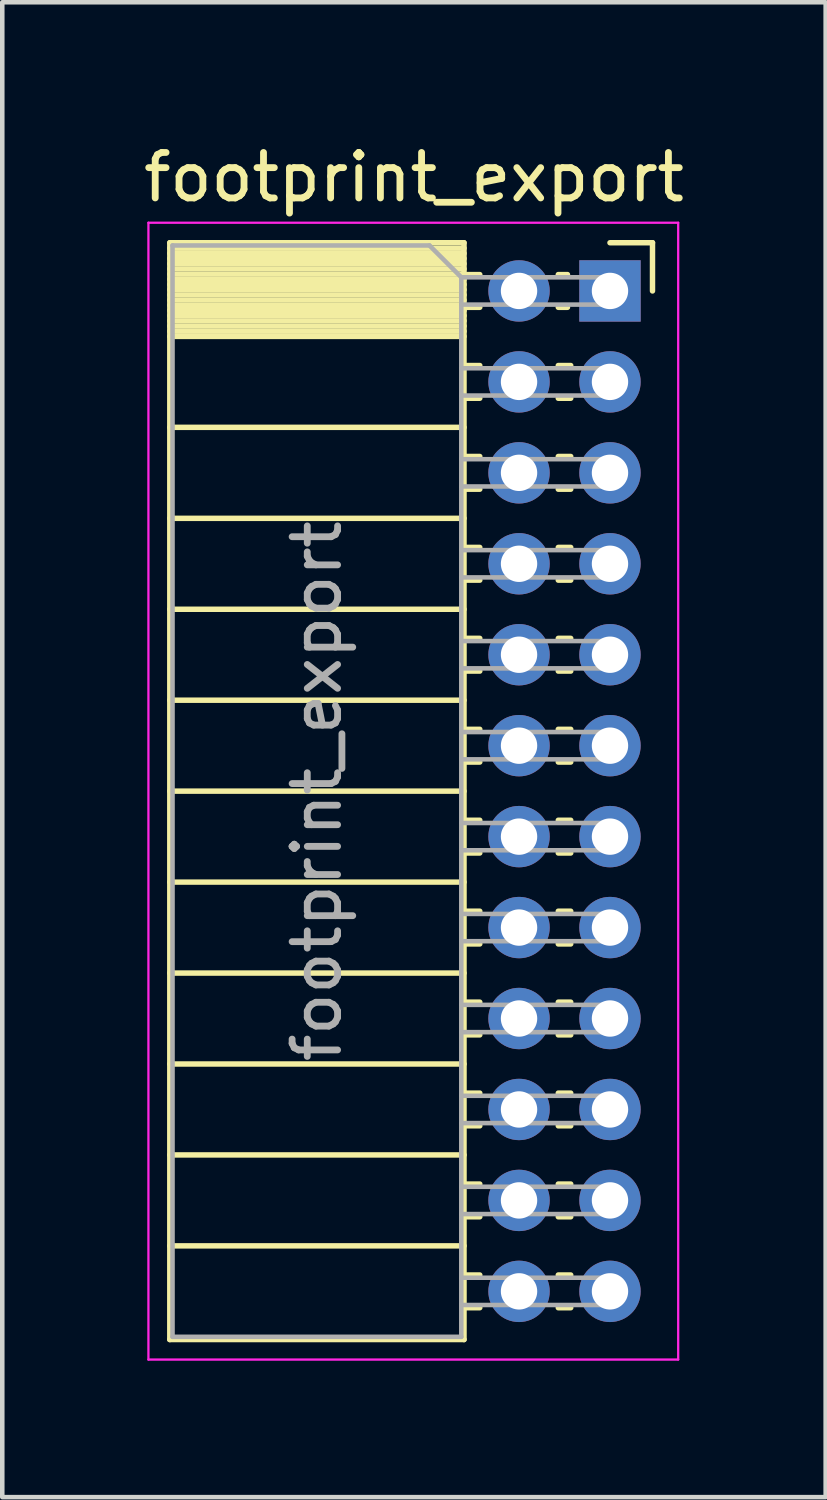
<source format=kicad_pcb>
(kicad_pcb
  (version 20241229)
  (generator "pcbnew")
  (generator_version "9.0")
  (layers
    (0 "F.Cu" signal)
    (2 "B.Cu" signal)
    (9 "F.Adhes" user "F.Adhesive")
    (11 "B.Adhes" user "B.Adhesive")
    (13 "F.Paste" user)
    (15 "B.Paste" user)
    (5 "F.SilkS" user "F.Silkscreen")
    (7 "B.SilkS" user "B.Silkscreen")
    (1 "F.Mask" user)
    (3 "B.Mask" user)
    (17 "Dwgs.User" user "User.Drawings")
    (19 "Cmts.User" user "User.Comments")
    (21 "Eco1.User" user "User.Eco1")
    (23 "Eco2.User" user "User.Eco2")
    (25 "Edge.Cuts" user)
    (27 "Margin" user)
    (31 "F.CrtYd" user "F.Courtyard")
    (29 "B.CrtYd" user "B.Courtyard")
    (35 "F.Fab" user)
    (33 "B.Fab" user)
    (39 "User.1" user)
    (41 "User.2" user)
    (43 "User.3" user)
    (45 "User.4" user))
  (footprint "footprint_export"
    (layer "F.Cu")
    (at 10.364 3.348)
    (property "Reference" "footprint_export" (at -4.31 -2.5 0) (layer "F.SilkS") (effects (font (size 1 1) (thickness 0.15))))
    (attr through_hole)
    (fp_line (start -9.68 -1.06) (end -9.68 23.06) (stroke (width 0.12) (type solid)) (layer "F.SilkS"))
    (fp_line (start -9.68 -1.06) (end -3.21 -1.06) (stroke (width 0.12) (type solid)) (layer "F.SilkS"))
    (fp_line (start -9.68 -0.94) (end -3.21 -0.94) (stroke (width 0.12) (type solid)) (layer "F.SilkS"))
    (fp_line (start -9.68 -0.826) (end -3.21 -0.826) (stroke (width 0.12) (type solid)) (layer "F.SilkS"))
    (fp_line (start -9.68 -0.712) (end -3.21 -0.712) (stroke (width 0.12) (type solid)) (layer "F.SilkS"))
    (fp_line (start -9.68 -0.598) (end -3.21 -0.598) (stroke (width 0.12) (type solid)) (layer "F.SilkS"))
    (fp_line (start -9.68 -0.484) (end -3.21 -0.484) (stroke (width 0.12) (type solid)) (layer "F.SilkS"))
    (fp_line (start -9.68 -0.369) (end -3.21 -0.369) (stroke (width 0.12) (type solid)) (layer "F.SilkS"))
    (fp_line (start -9.68 -0.255) (end -3.21 -0.255) (stroke (width 0.12) (type solid)) (layer "F.SilkS"))
    (fp_line (start -9.68 -0.141) (end -3.21 -0.141) (stroke (width 0.12) (type solid)) (layer "F.SilkS"))
    (fp_line (start -9.68 -0.027) (end -3.21 -0.027) (stroke (width 0.12) (type solid)) (layer "F.SilkS"))
    (fp_line (start -9.68 0.087) (end -3.21 0.087) (stroke (width 0.12) (type solid)) (layer "F.SilkS"))
    (fp_line (start -9.68 0.201) (end -3.21 0.201) (stroke (width 0.12) (type solid)) (layer "F.SilkS"))
    (fp_line (start -9.68 0.315) (end -3.21 0.315) (stroke (width 0.12) (type solid)) (layer "F.SilkS"))
    (fp_line (start -9.68 0.429) (end -3.21 0.429) (stroke (width 0.12) (type solid)) (layer "F.SilkS"))
    (fp_line (start -9.68 0.544) (end -3.21 0.544) (stroke (width 0.12) (type solid)) (layer "F.SilkS"))
    (fp_line (start -9.68 0.658) (end -3.21 0.658) (stroke (width 0.12) (type solid)) (layer "F.SilkS"))
    (fp_line (start -9.68 0.772) (end -3.21 0.772) (stroke (width 0.12) (type solid)) (layer "F.SilkS"))
    (fp_line (start -9.68 0.886) (end -3.21 0.886) (stroke (width 0.12) (type solid)) (layer "F.SilkS"))
    (fp_line (start -9.68 1) (end -3.21 1) (stroke (width 0.12) (type solid)) (layer "F.SilkS"))
    (fp_line (start -9.68 3) (end -3.21 3) (stroke (width 0.12) (type solid)) (layer "F.SilkS"))
    (fp_line (start -9.68 5) (end -3.21 5) (stroke (width 0.12) (type solid)) (layer "F.SilkS"))
    (fp_line (start -9.68 7) (end -3.21 7) (stroke (width 0.12) (type solid)) (layer "F.SilkS"))
    (fp_line (start -9.68 9) (end -3.21 9) (stroke (width 0.12) (type solid)) (layer "F.SilkS"))
    (fp_line (start -9.68 11) (end -3.21 11) (stroke (width 0.12) (type solid)) (layer "F.SilkS"))
    (fp_line (start -9.68 13) (end -3.21 13) (stroke (width 0.12) (type solid)) (layer "F.SilkS"))
    (fp_line (start -9.68 15) (end -3.21 15) (stroke (width 0.12) (type solid)) (layer "F.SilkS"))
    (fp_line (start -9.68 17) (end -3.21 17) (stroke (width 0.12) (type solid)) (layer "F.SilkS"))
    (fp_line (start -9.68 19) (end -3.21 19) (stroke (width 0.12) (type solid)) (layer "F.SilkS"))
    (fp_line (start -9.68 21) (end -3.21 21) (stroke (width 0.12) (type solid)) (layer "F.SilkS"))
    (fp_line (start -9.68 23.06) (end -3.21 23.06) (stroke (width 0.12) (type solid)) (layer "F.SilkS"))
    (fp_line (start -3.21 -1.06) (end -3.21 23.06) (stroke (width 0.12) (type solid)) (layer "F.SilkS"))
    (fp_line (start -3.21 -0.36) (end -2.863 -0.36) (stroke (width 0.12) (type solid)) (layer "F.SilkS"))
    (fp_line (start -3.21 0.36) (end -2.863 0.36) (stroke (width 0.12) (type solid)) (layer "F.SilkS"))
    (fp_line (start -3.21 1.64) (end -2.863 1.64) (stroke (width 0.12) (type solid)) (layer "F.SilkS"))
    (fp_line (start -3.21 2.36) (end -2.863 2.36) (stroke (width 0.12) (type solid)) (layer "F.SilkS"))
    (fp_line (start -3.21 3.64) (end -2.863 3.64) (stroke (width 0.12) (type solid)) (layer "F.SilkS"))
    (fp_line (start -3.21 4.36) (end -2.863 4.36) (stroke (width 0.12) (type solid)) (layer "F.SilkS"))
    (fp_line (start -3.21 5.64) (end -2.863 5.64) (stroke (width 0.12) (type solid)) (layer "F.SilkS"))
    (fp_line (start -3.21 6.36) (end -2.863 6.36) (stroke (width 0.12) (type solid)) (layer "F.SilkS"))
    (fp_line (start -3.21 7.64) (end -2.863 7.64) (stroke (width 0.12) (type solid)) (layer "F.SilkS"))
    (fp_line (start -3.21 8.36) (end -2.863 8.36) (stroke (width 0.12) (type solid)) (layer "F.SilkS"))
    (fp_line (start -3.21 9.64) (end -2.863 9.64) (stroke (width 0.12) (type solid)) (layer "F.SilkS"))
    (fp_line (start -3.21 10.36) (end -2.863 10.36) (stroke (width 0.12) (type solid)) (layer "F.SilkS"))
    (fp_line (start -3.21 11.64) (end -2.863 11.64) (stroke (width 0.12) (type solid)) (layer "F.SilkS"))
    (fp_line (start -3.21 12.36) (end -2.863 12.36) (stroke (width 0.12) (type solid)) (layer "F.SilkS"))
    (fp_line (start -3.21 13.64) (end -2.863 13.64) (stroke (width 0.12) (type solid)) (layer "F.SilkS"))
    (fp_line (start -3.21 14.36) (end -2.863 14.36) (stroke (width 0.12) (type solid)) (layer "F.SilkS"))
    (fp_line (start -3.21 15.64) (end -2.863 15.64) (stroke (width 0.12) (type solid)) (layer "F.SilkS"))
    (fp_line (start -3.21 16.36) (end -2.863 16.36) (stroke (width 0.12) (type solid)) (layer "F.SilkS"))
    (fp_line (start -3.21 17.64) (end -2.863 17.64) (stroke (width 0.12) (type solid)) (layer "F.SilkS"))
    (fp_line (start -3.21 18.36) (end -2.863 18.36) (stroke (width 0.12) (type solid)) (layer "F.SilkS"))
    (fp_line (start -3.21 19.64) (end -2.863 19.64) (stroke (width 0.12) (type solid)) (layer "F.SilkS"))
    (fp_line (start -3.21 20.36) (end -2.863 20.36) (stroke (width 0.12) (type solid)) (layer "F.SilkS"))
    (fp_line (start -3.21 21.64) (end -2.863 21.64) (stroke (width 0.12) (type solid)) (layer "F.SilkS"))
    (fp_line (start -3.21 22.36) (end -2.863 22.36) (stroke (width 0.12) (type solid)) (layer "F.SilkS"))
    (fp_line (start -1.137 -0.36) (end -0.935 -0.36) (stroke (width 0.12) (type solid)) (layer "F.SilkS"))
    (fp_line (start -1.137 0.36) (end -0.935 0.36) (stroke (width 0.12) (type solid)) (layer "F.SilkS"))
    (fp_line (start -1.137 1.64) (end -0.863 1.64) (stroke (width 0.12) (type solid)) (layer "F.SilkS"))
    (fp_line (start -1.137 2.36) (end -0.863 2.36) (stroke (width 0.12) (type solid)) (layer "F.SilkS"))
    (fp_line (start -1.137 3.64) (end -0.863 3.64) (stroke (width 0.12) (type solid)) (layer "F.SilkS"))
    (fp_line (start -1.137 4.36) (end -0.863 4.36) (stroke (width 0.12) (type solid)) (layer "F.SilkS"))
    (fp_line (start -1.137 5.64) (end -0.863 5.64) (stroke (width 0.12) (type solid)) (layer "F.SilkS"))
    (fp_line (start -1.137 6.36) (end -0.863 6.36) (stroke (width 0.12) (type solid)) (layer "F.SilkS"))
    (fp_line (start -1.137 7.64) (end -0.863 7.64) (stroke (width 0.12) (type solid)) (layer "F.SilkS"))
    (fp_line (start -1.137 8.36) (end -0.863 8.36) (stroke (width 0.12) (type solid)) (layer "F.SilkS"))
    (fp_line (start -1.137 9.64) (end -0.863 9.64) (stroke (width 0.12) (type solid)) (layer "F.SilkS"))
    (fp_line (start -1.137 10.36) (end -0.863 10.36) (stroke (width 0.12) (type solid)) (layer "F.SilkS"))
    (fp_line (start -1.137 11.64) (end -0.863 11.64) (stroke (width 0.12) (type solid)) (layer "F.SilkS"))
    (fp_line (start -1.137 12.36) (end -0.863 12.36) (stroke (width 0.12) (type solid)) (layer "F.SilkS"))
    (fp_line (start -1.137 13.64) (end -0.863 13.64) (stroke (width 0.12) (type solid)) (layer "F.SilkS"))
    (fp_line (start -1.137 14.36) (end -0.863 14.36) (stroke (width 0.12) (type solid)) (layer "F.SilkS"))
    (fp_line (start -1.137 15.64) (end -0.863 15.64) (stroke (width 0.12) (type solid)) (layer "F.SilkS"))
    (fp_line (start -1.137 16.36) (end -0.863 16.36) (stroke (width 0.12) (type solid)) (layer "F.SilkS"))
    (fp_line (start -1.137 17.64) (end -0.863 17.64) (stroke (width 0.12) (type solid)) (layer "F.SilkS"))
    (fp_line (start -1.137 18.36) (end -0.863 18.36) (stroke (width 0.12) (type solid)) (layer "F.SilkS"))
    (fp_line (start -1.137 19.64) (end -0.863 19.64) (stroke (width 0.12) (type solid)) (layer "F.SilkS"))
    (fp_line (start -1.137 20.36) (end -0.863 20.36) (stroke (width 0.12) (type solid)) (layer "F.SilkS"))
    (fp_line (start -1.137 21.64) (end -0.863 21.64) (stroke (width 0.12) (type solid)) (layer "F.SilkS"))
    (fp_line (start -1.137 22.36) (end -0.863 22.36) (stroke (width 0.12) (type solid)) (layer "F.SilkS"))
    (fp_line (start 0 -1.06) (end 0.935 -1.06) (stroke (width 0.12) (type solid)) (layer "F.SilkS"))
    (fp_line (start 0.935 -1.06) (end 0.935 0) (stroke (width 0.12) (type solid)) (layer "F.SilkS"))
    (fp_line (start -10.15 -1.5) (end -10.15 23.5) (stroke (width 0.05) (type solid)) (layer "F.CrtYd"))
    (fp_line (start -10.15 23.5) (end 1.5 23.5) (stroke (width 0.05) (type solid)) (layer "F.CrtYd"))
    (fp_line (start 1.5 -1.5) (end -10.15 -1.5) (stroke (width 0.05) (type solid)) (layer "F.CrtYd"))
    (fp_line (start 1.5 23.5) (end 1.5 -1.5) (stroke (width 0.05) (type solid)) (layer "F.CrtYd"))
    (fp_line (start -9.62 -1) (end -3.97 -1) (stroke (width 0.1) (type solid)) (layer "F.Fab"))
    (fp_line (start -9.62 23) (end -9.62 -1) (stroke (width 0.1) (type solid)) (layer "F.Fab"))
    (fp_line (start -3.97 -1) (end -3.27 -0.3) (stroke (width 0.1) (type solid)) (layer "F.Fab"))
    (fp_line (start -3.27 -0.3) (end -3.27 23) (stroke (width 0.1) (type solid)) (layer "F.Fab"))
    (fp_line (start -3.27 0.3) (end 0 0.3) (stroke (width 0.1) (type solid)) (layer "F.Fab"))
    (fp_line (start -3.27 2.3) (end 0 2.3) (stroke (width 0.1) (type solid)) (layer "F.Fab"))
    (fp_line (start -3.27 4.3) (end 0 4.3) (stroke (width 0.1) (type solid)) (layer "F.Fab"))
    (fp_line (start -3.27 6.3) (end 0 6.3) (stroke (width 0.1) (type solid)) (layer "F.Fab"))
    (fp_line (start -3.27 8.3) (end 0 8.3) (stroke (width 0.1) (type solid)) (layer "F.Fab"))
    (fp_line (start -3.27 10.3) (end 0 10.3) (stroke (width 0.1) (type solid)) (layer "F.Fab"))
    (fp_line (start -3.27 12.3) (end 0 12.3) (stroke (width 0.1) (type solid)) (layer "F.Fab"))
    (fp_line (start -3.27 14.3) (end 0 14.3) (stroke (width 0.1) (type solid)) (layer "F.Fab"))
    (fp_line (start -3.27 16.3) (end 0 16.3) (stroke (width 0.1) (type solid)) (layer "F.Fab"))
    (fp_line (start -3.27 18.3) (end 0 18.3) (stroke (width 0.1) (type solid)) (layer "F.Fab"))
    (fp_line (start -3.27 20.3) (end 0 20.3) (stroke (width 0.1) (type solid)) (layer "F.Fab"))
    (fp_line (start -3.27 22.3) (end 0 22.3) (stroke (width 0.1) (type solid)) (layer "F.Fab"))
    (fp_line (start -3.27 23) (end -9.62 23) (stroke (width 0.1) (type solid)) (layer "F.Fab"))
    (fp_line (start 0 -0.3) (end -3.27 -0.3) (stroke (width 0.1) (type solid)) (layer "F.Fab"))
    (fp_line (start 0 0.3) (end 0 -0.3) (stroke (width 0.1) (type solid)) (layer "F.Fab"))
    (fp_line (start 0 1.7) (end -3.27 1.7) (stroke (width 0.1) (type solid)) (layer "F.Fab"))
    (fp_line (start 0 2.3) (end 0 1.7) (stroke (width 0.1) (type solid)) (layer "F.Fab"))
    (fp_line (start 0 3.7) (end -3.27 3.7) (stroke (width 0.1) (type solid)) (layer "F.Fab"))
    (fp_line (start 0 4.3) (end 0 3.7) (stroke (width 0.1) (type solid)) (layer "F.Fab"))
    (fp_line (start 0 5.7) (end -3.27 5.7) (stroke (width 0.1) (type solid)) (layer "F.Fab"))
    (fp_line (start 0 6.3) (end 0 5.7) (stroke (width 0.1) (type solid)) (layer "F.Fab"))
    (fp_line (start 0 7.7) (end -3.27 7.7) (stroke (width 0.1) (type solid)) (layer "F.Fab"))
    (fp_line (start 0 8.3) (end 0 7.7) (stroke (width 0.1) (type solid)) (layer "F.Fab"))
    (fp_line (start 0 9.7) (end -3.27 9.7) (stroke (width 0.1) (type solid)) (layer "F.Fab"))
    (fp_line (start 0 10.3) (end 0 9.7) (stroke (width 0.1) (type solid)) (layer "F.Fab"))
    (fp_line (start 0 11.7) (end -3.27 11.7) (stroke (width 0.1) (type solid)) (layer "F.Fab"))
    (fp_line (start 0 12.3) (end 0 11.7) (stroke (width 0.1) (type solid)) (layer "F.Fab"))
    (fp_line (start 0 13.7) (end -3.27 13.7) (stroke (width 0.1) (type solid)) (layer "F.Fab"))
    (fp_line (start 0 14.3) (end 0 13.7) (stroke (width 0.1) (type solid)) (layer "F.Fab"))
    (fp_line (start 0 15.7) (end -3.27 15.7) (stroke (width 0.1) (type solid)) (layer "F.Fab"))
    (fp_line (start 0 16.3) (end 0 15.7) (stroke (width 0.1) (type solid)) (layer "F.Fab"))
    (fp_line (start 0 17.7) (end -3.27 17.7) (stroke (width 0.1) (type solid)) (layer "F.Fab"))
    (fp_line (start 0 18.3) (end 0 17.7) (stroke (width 0.1) (type solid)) (layer "F.Fab"))
    (fp_line (start 0 19.7) (end -3.27 19.7) (stroke (width 0.1) (type solid)) (layer "F.Fab"))
    (fp_line (start 0 20.3) (end 0 19.7) (stroke (width 0.1) (type solid)) (layer "F.Fab"))
    (fp_line (start 0 21.7) (end -3.27 21.7) (stroke (width 0.1) (type solid)) (layer "F.Fab"))
    (fp_line (start 0 22.3) (end 0 21.7) (stroke (width 0.1) (type solid)) (layer "F.Fab"))
    (fp_text user "${REFERENCE}" (at -6.445 11 90) (layer "F.Fab") (effects (font (size 1 1) (thickness 0.15))))
    (pad "1" thru_hole rect (at 0 0) (size 1.35 1.35) (drill 0.8) (layers "*.Cu" "*.Mask"))
    (pad "2" thru_hole oval (at -2 0) (size 1.35 1.35) (drill 0.8) (layers "*.Cu" "*.Mask"))
    (pad "3" thru_hole oval (at 0 2) (size 1.35 1.35) (drill 0.8) (layers "*.Cu" "*.Mask"))
    (pad "4" thru_hole oval (at -2 2) (size 1.35 1.35) (drill 0.8) (layers "*.Cu" "*.Mask"))
    (pad "5" thru_hole oval (at 0 4) (size 1.35 1.35) (drill 0.8) (layers "*.Cu" "*.Mask"))
    (pad "6" thru_hole oval (at -2 4) (size 1.35 1.35) (drill 0.8) (layers "*.Cu" "*.Mask"))
    (pad "7" thru_hole oval (at 0 6) (size 1.35 1.35) (drill 0.8) (layers "*.Cu" "*.Mask"))
    (pad "8" thru_hole oval (at -2 6) (size 1.35 1.35) (drill 0.8) (layers "*.Cu" "*.Mask"))
    (pad "9" thru_hole oval (at 0 8) (size 1.35 1.35) (drill 0.8) (layers "*.Cu" "*.Mask"))
    (pad "10" thru_hole oval (at -2 8) (size 1.35 1.35) (drill 0.8) (layers "*.Cu" "*.Mask"))
    (pad "11" thru_hole oval (at 0 10) (size 1.35 1.35) (drill 0.8) (layers "*.Cu" "*.Mask"))
    (pad "12" thru_hole oval (at -2 10) (size 1.35 1.35) (drill 0.8) (layers "*.Cu" "*.Mask"))
    (pad "13" thru_hole oval (at 0 12) (size 1.35 1.35) (drill 0.8) (layers "*.Cu" "*.Mask"))
    (pad "14" thru_hole oval (at -2 12) (size 1.35 1.35) (drill 0.8) (layers "*.Cu" "*.Mask"))
    (pad "15" thru_hole oval (at 0 14) (size 1.35 1.35) (drill 0.8) (layers "*.Cu" "*.Mask"))
    (pad "16" thru_hole oval (at -2 14) (size 1.35 1.35) (drill 0.8) (layers "*.Cu" "*.Mask"))
    (pad "17" thru_hole oval (at 0 16) (size 1.35 1.35) (drill 0.8) (layers "*.Cu" "*.Mask"))
    (pad "18" thru_hole oval (at -2 16) (size 1.35 1.35) (drill 0.8) (layers "*.Cu" "*.Mask"))
    (pad "19" thru_hole oval (at 0 18) (size 1.35 1.35) (drill 0.8) (layers "*.Cu" "*.Mask"))
    (pad "20" thru_hole oval (at -2 18) (size 1.35 1.35) (drill 0.8) (layers "*.Cu" "*.Mask"))
    (pad "21" thru_hole oval (at 0 20) (size 1.35 1.35) (drill 0.8) (layers "*.Cu" "*.Mask"))
    (pad "22" thru_hole oval (at -2 20) (size 1.35 1.35) (drill 0.8) (layers "*.Cu" "*.Mask"))
    (pad "23" thru_hole oval (at 0 22) (size 1.35 1.35) (drill 0.8) (layers "*.Cu" "*.Mask"))
    (pad "24" thru_hole oval (at -2 22) (size 1.35 1.35) (drill 0.8) (layers "*.Cu" "*.Mask")))
  (gr_rect
    (start -3 -3)
    (end 15.107 29.873)
    (stroke (width 0.1) (type default))
    (fill no)
    (layer "Edge.Cuts")))
</source>
